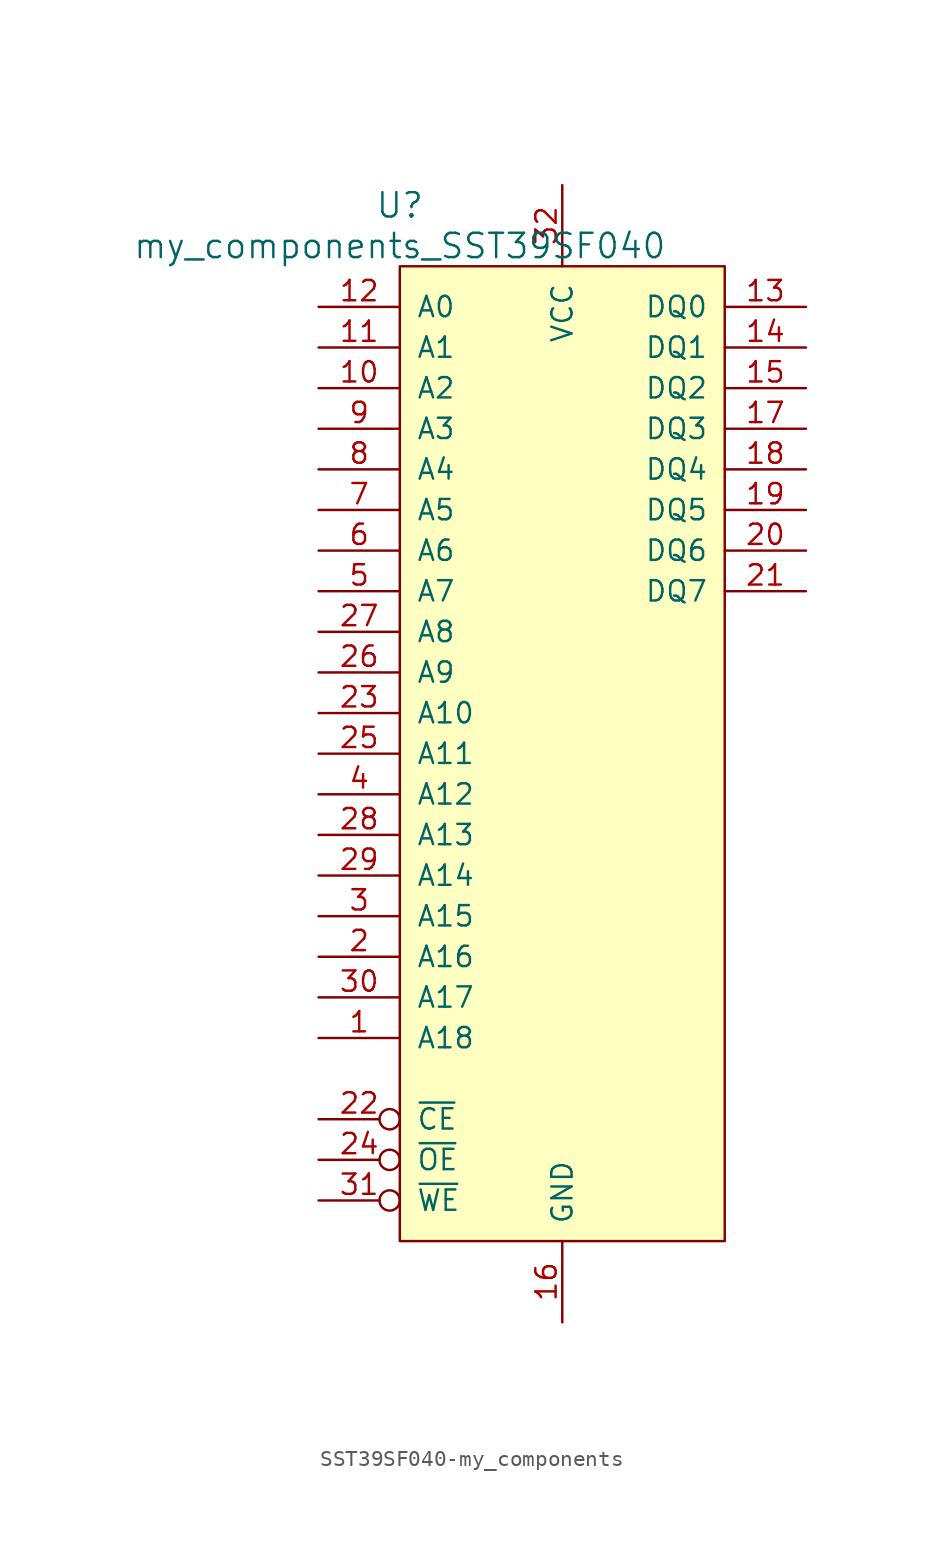
<source format=kicad_sym>
(kicad_symbol_lib
  (version 20220914)
  (generator kicad_symbol_editor)
  (symbol "SST39SF040-my_components"
    (pin_names
      (offset 1.016))
    (property "Reference" "U"
      (at -10.16 34.29 0)
      (effects (font (size 1.524 1.524))))
    (property "Value" "my_components_SST39SF040"
      (at -10.16 31.75 0)
      (effects (font (size 1.524 1.524))))
    (property "Footprint" ""
      (at 0 0 0)
      (effects (font (size 1.524 1.524))))
    (property "Datasheet" ""
      (at 0 0 0)
      (effects (font (size 1.524 1.524))))
    (symbol "SST39SF040-my_components_0_1"
      (rectangle (start 10.16 -30.48) (end -10.16 30.48) (stroke (width 0) (type solid)) (fill (type background))))
    (symbol "SST39SF040-my_components_1_1"
      (pin input line (at -15.24 -17.78 0) (length 5.08) (name "A18" (effects (font (size 1.27 1.27)))) (number "1" (effects (font (size 1.27 1.27)))))
      (pin input line (at -15.24 22.86 0) (length 5.08) (name "A2" (effects (font (size 1.27 1.27)))) (number "10" (effects (font (size 1.27 1.27)))))
      (pin input line (at -15.24 25.4 0) (length 5.08) (name "A1" (effects (font (size 1.27 1.27)))) (number "11" (effects (font (size 1.27 1.27)))))
      (pin input line (at -15.24 27.94 0) (length 5.08) (name "A0" (effects (font (size 1.27 1.27)))) (number "12" (effects (font (size 1.27 1.27)))))
      (pin bidirectional line (at 15.24 27.94 180) (length 5.08) (name "DQ0" (effects (font (size 1.27 1.27)))) (number "13" (effects (font (size 1.27 1.27)))))
      (pin bidirectional line (at 15.24 25.4 180) (length 5.08) (name "DQ1" (effects (font (size 1.27 1.27)))) (number "14" (effects (font (size 1.27 1.27)))))
      (pin bidirectional line (at 15.24 22.86 180) (length 5.08) (name "DQ2" (effects (font (size 1.27 1.27)))) (number "15" (effects (font (size 1.27 1.27)))))
      (pin power_in line (at 0 -35.56 90) (length 5.08) (name "GND" (effects (font (size 1.27 1.27)))) (number "16" (effects (font (size 1.27 1.27)))))
      (pin bidirectional line (at 15.24 20.32 180) (length 5.08) (name "DQ3" (effects (font (size 1.27 1.27)))) (number "17" (effects (font (size 1.27 1.27)))))
      (pin bidirectional line (at 15.24 17.78 180) (length 5.08) (name "DQ4" (effects (font (size 1.27 1.27)))) (number "18" (effects (font (size 1.27 1.27)))))
      (pin bidirectional line (at 15.24 15.24 180) (length 5.08) (name "DQ5" (effects (font (size 1.27 1.27)))) (number "19" (effects (font (size 1.27 1.27)))))
      (pin input line (at -15.24 -12.7 0) (length 5.08) (name "A16" (effects (font (size 1.27 1.27)))) (number "2" (effects (font (size 1.27 1.27)))))
      (pin bidirectional line (at 15.24 12.7 180) (length 5.08) (name "DQ6" (effects (font (size 1.27 1.27)))) (number "20" (effects (font (size 1.27 1.27)))))
      (pin bidirectional line (at 15.24 10.16 180) (length 5.08) (name "DQ7" (effects (font (size 1.27 1.27)))) (number "21" (effects (font (size 1.27 1.27)))))
      (pin input inverted (at -15.24 -22.86 0) (length 5.08) (name "~{CE}" (effects (font (size 1.27 1.27)))) (number "22" (effects (font (size 1.27 1.27)))))
      (pin input line (at -15.24 2.54 0) (length 5.08) (name "A10" (effects (font (size 1.27 1.27)))) (number "23" (effects (font (size 1.27 1.27)))))
      (pin input inverted (at -15.24 -25.4 0) (length 5.08) (name "~{OE}" (effects (font (size 1.27 1.27)))) (number "24" (effects (font (size 1.27 1.27)))))
      (pin input line (at -15.24 0 0) (length 5.08) (name "A11" (effects (font (size 1.27 1.27)))) (number "25" (effects (font (size 1.27 1.27)))))
      (pin input line (at -15.24 5.08 0) (length 5.08) (name "A9" (effects (font (size 1.27 1.27)))) (number "26" (effects (font (size 1.27 1.27)))))
      (pin input line (at -15.24 7.62 0) (length 5.08) (name "A8" (effects (font (size 1.27 1.27)))) (number "27" (effects (font (size 1.27 1.27)))))
      (pin input line (at -15.24 -5.08 0) (length 5.08) (name "A13" (effects (font (size 1.27 1.27)))) (number "28" (effects (font (size 1.27 1.27)))))
      (pin input line (at -15.24 -7.62 0) (length 5.08) (name "A14" (effects (font (size 1.27 1.27)))) (number "29" (effects (font (size 1.27 1.27)))))
      (pin input line (at -15.24 -10.16 0) (length 5.08) (name "A15" (effects (font (size 1.27 1.27)))) (number "3" (effects (font (size 1.27 1.27)))))
      (pin input line (at -15.24 -15.24 0) (length 5.08) (name "A17" (effects (font (size 1.27 1.27)))) (number "30" (effects (font (size 1.27 1.27)))))
      (pin input inverted (at -15.24 -27.94 0) (length 5.08) (name "~{WE}" (effects (font (size 1.27 1.27)))) (number "31" (effects (font (size 1.27 1.27)))))
      (pin power_in line (at 0 35.56 270) (length 5.08) (name "VCC" (effects (font (size 1.27 1.27)))) (number "32" (effects (font (size 1.27 1.27)))))
      (pin input line (at -15.24 -2.54 0) (length 5.08) (name "A12" (effects (font (size 1.27 1.27)))) (number "4" (effects (font (size 1.27 1.27)))))
      (pin input line (at -15.24 10.16 0) (length 5.08) (name "A7" (effects (font (size 1.27 1.27)))) (number "5" (effects (font (size 1.27 1.27)))))
      (pin input line (at -15.24 12.7 0) (length 5.08) (name "A6" (effects (font (size 1.27 1.27)))) (number "6" (effects (font (size 1.27 1.27)))))
      (pin input line (at -15.24 15.24 0) (length 5.08) (name "A5" (effects (font (size 1.27 1.27)))) (number "7" (effects (font (size 1.27 1.27)))))
      (pin input line (at -15.24 17.78 0) (length 5.08) (name "A4" (effects (font (size 1.27 1.27)))) (number "8" (effects (font (size 1.27 1.27)))))
      (pin input line (at -15.24 20.32 0) (length 5.08) (name "A3" (effects (font (size 1.27 1.27)))) (number "9" (effects (font (size 1.27 1.27))))))))
</source>
